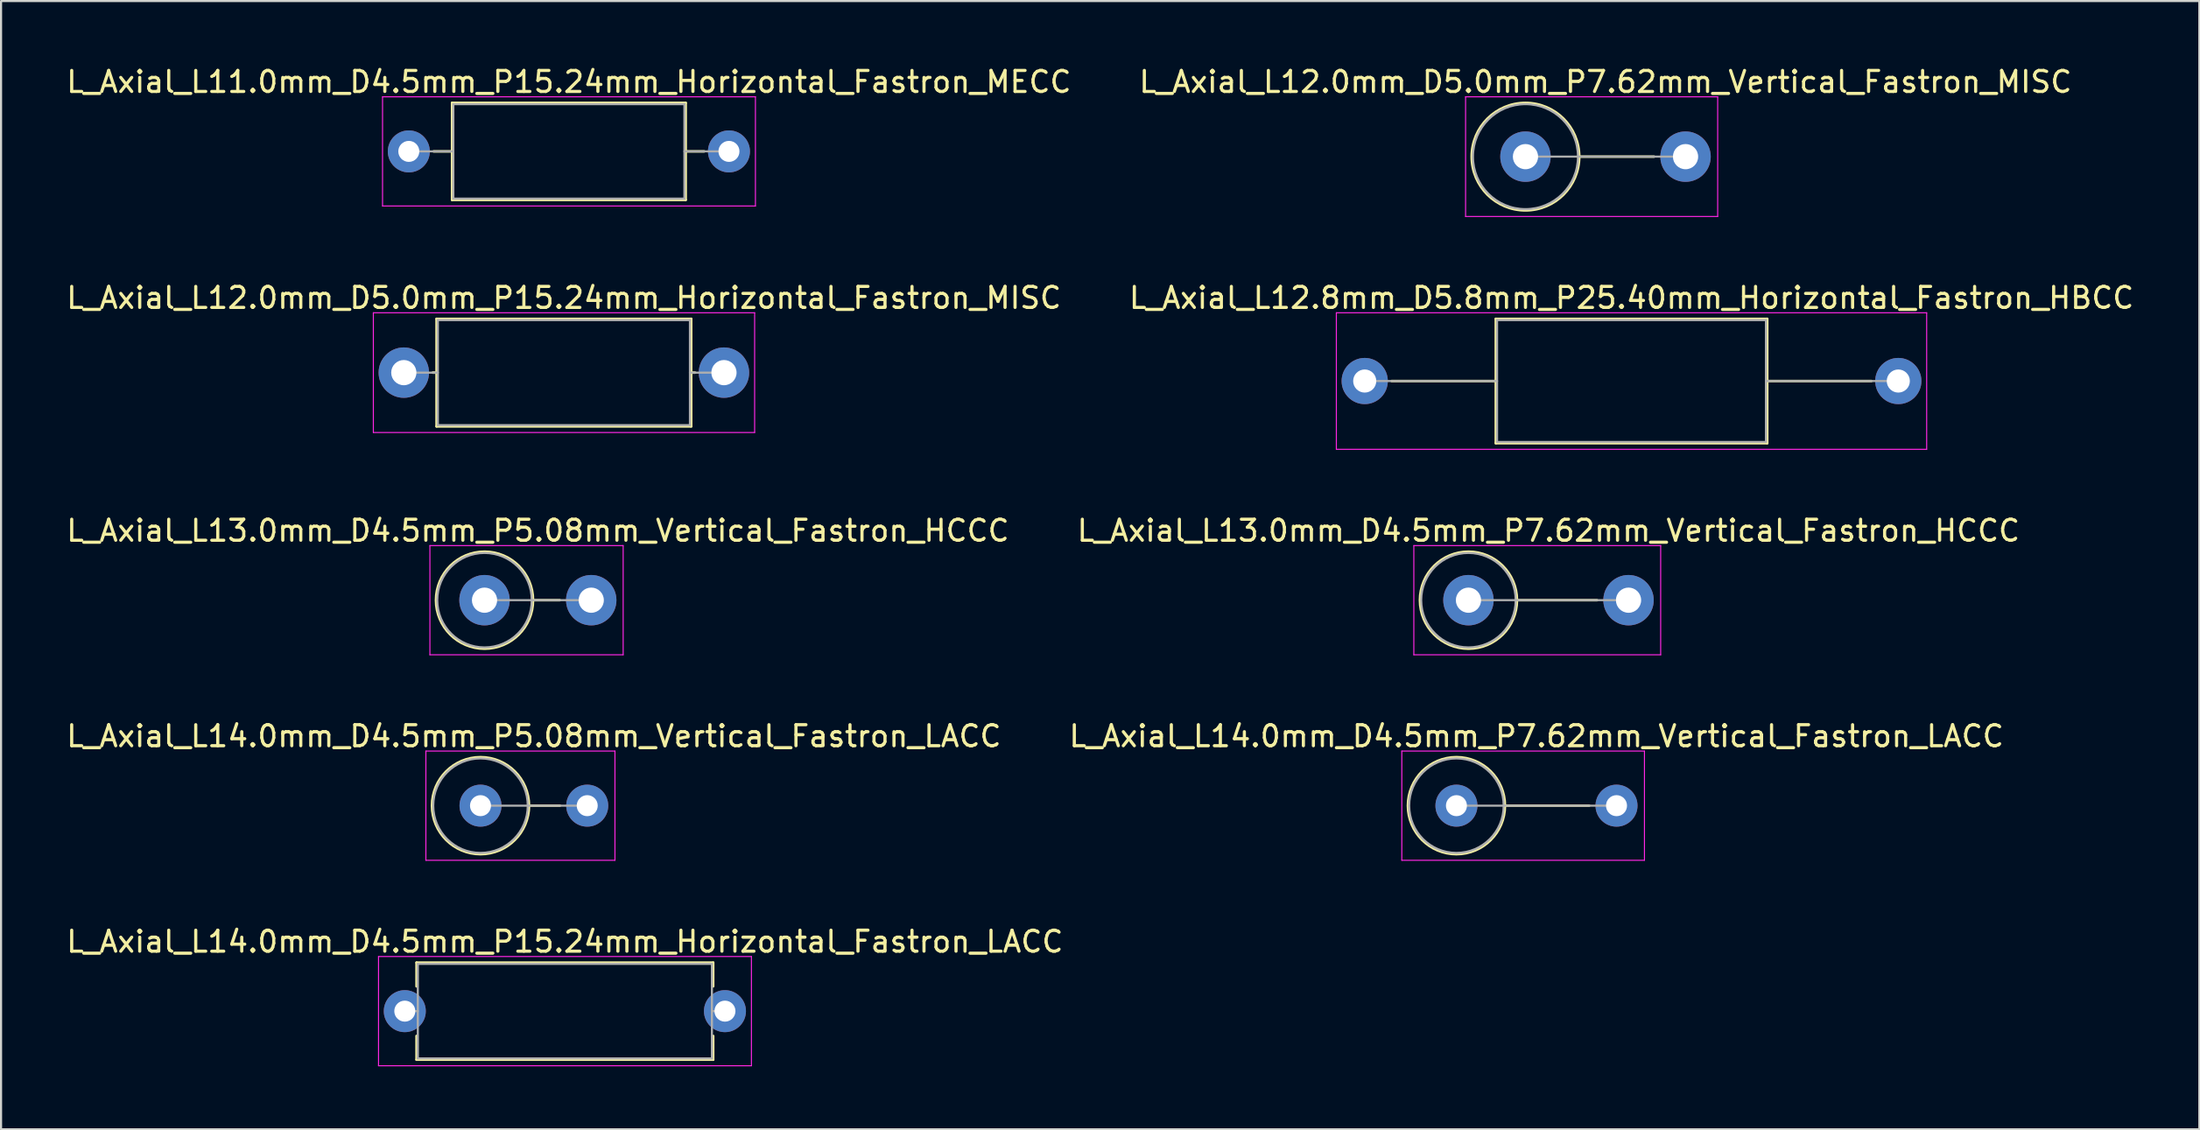
<source format=kicad_pcb>
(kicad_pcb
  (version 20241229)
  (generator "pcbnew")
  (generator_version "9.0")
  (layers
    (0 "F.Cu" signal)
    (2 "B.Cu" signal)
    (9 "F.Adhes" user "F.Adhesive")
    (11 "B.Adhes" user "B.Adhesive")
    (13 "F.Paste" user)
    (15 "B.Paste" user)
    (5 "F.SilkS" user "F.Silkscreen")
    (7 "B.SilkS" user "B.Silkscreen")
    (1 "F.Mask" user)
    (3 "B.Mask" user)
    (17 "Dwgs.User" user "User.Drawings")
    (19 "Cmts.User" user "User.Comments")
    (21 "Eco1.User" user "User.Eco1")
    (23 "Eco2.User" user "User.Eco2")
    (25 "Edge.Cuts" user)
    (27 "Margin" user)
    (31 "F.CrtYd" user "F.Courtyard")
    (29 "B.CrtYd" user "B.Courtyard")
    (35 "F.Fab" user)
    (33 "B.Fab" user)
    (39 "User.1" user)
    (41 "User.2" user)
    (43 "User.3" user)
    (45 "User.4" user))
  (footprint "L_Axial_L12.0mm_D5.0mm_P7.62mm_Vertical_Fastron_MISC"
    (layer "F.Cu")
    (at 69.565 4.408)
    (property "Reference" "L_Axial_L12.0mm_D5.0mm_P7.62mm_Vertical_Fastron_MISC" (at 3.81 -3.56 0) (layer "F.SilkS") (effects (font (size 1 1) (thickness 0.15))))
    (attr through_hole)
    (fp_line (start 2.56 0) (end 6.12 0) (stroke (width 0.12) (type solid)) (layer "F.SilkS"))
    (fp_circle (center 0 0) (end 2.56 0) (stroke (width 0.12) (type solid)) (fill no) (layer "F.SilkS"))
    (fp_line (start -2.85 -2.85) (end -2.85 2.85) (stroke (width 0.05) (type solid)) (layer "F.CrtYd"))
    (fp_line (start -2.85 2.85) (end 9.15 2.85) (stroke (width 0.05) (type solid)) (layer "F.CrtYd"))
    (fp_line (start 9.15 -2.85) (end -2.85 -2.85) (stroke (width 0.05) (type solid)) (layer "F.CrtYd"))
    (fp_line (start 9.15 2.85) (end 9.15 -2.85) (stroke (width 0.05) (type solid)) (layer "F.CrtYd"))
    (fp_line (start 0 0) (end 7.62 0) (stroke (width 0.1) (type solid)) (layer "F.Fab"))
    (fp_circle (center 0 0) (end 2.5 0) (stroke (width 0.1) (type solid)) (fill no) (layer "F.Fab"))
    (pad "1" thru_hole circle (at 0 0) (size 2.4 2.4) (drill 1.2) (layers "*.Cu" "*.Mask"))
    (pad "2" thru_hole oval (at 7.62 0) (size 2.4 2.4) (drill 1.2) (layers "*.Cu" "*.Mask")))
  (footprint "L_Axial_L11.0mm_D4.5mm_P15.24mm_Horizontal_Fastron_MECC"
    (layer "F.Cu")
    (at 16.41 4.158)
    (property "Reference" "L_Axial_L11.0mm_D4.5mm_P15.24mm_Horizontal_Fastron_MECC" (at 7.62 -3.31 0) (layer "F.SilkS") (effects (font (size 1 1) (thickness 0.15))))
    (attr through_hole)
    (fp_line (start 1.18 0) (end 2.06 0) (stroke (width 0.12) (type solid)) (layer "F.SilkS"))
    (fp_line (start 2.06 -2.31) (end 2.06 2.31) (stroke (width 0.12) (type solid)) (layer "F.SilkS"))
    (fp_line (start 2.06 2.31) (end 13.18 2.31) (stroke (width 0.12) (type solid)) (layer "F.SilkS"))
    (fp_line (start 13.18 -2.31) (end 2.06 -2.31) (stroke (width 0.12) (type solid)) (layer "F.SilkS"))
    (fp_line (start 13.18 2.31) (end 13.18 -2.31) (stroke (width 0.12) (type solid)) (layer "F.SilkS"))
    (fp_line (start 14.06 0) (end 13.18 0) (stroke (width 0.12) (type solid)) (layer "F.SilkS"))
    (fp_line (start -1.25 -2.6) (end -1.25 2.6) (stroke (width 0.05) (type solid)) (layer "F.CrtYd"))
    (fp_line (start -1.25 2.6) (end 16.5 2.6) (stroke (width 0.05) (type solid)) (layer "F.CrtYd"))
    (fp_line (start 16.5 -2.6) (end -1.25 -2.6) (stroke (width 0.05) (type solid)) (layer "F.CrtYd"))
    (fp_line (start 16.5 2.6) (end 16.5 -2.6) (stroke (width 0.05) (type solid)) (layer "F.CrtYd"))
    (fp_line (start 0 0) (end 2.12 0) (stroke (width 0.1) (type solid)) (layer "F.Fab"))
    (fp_line (start 2.12 -2.25) (end 2.12 2.25) (stroke (width 0.1) (type solid)) (layer "F.Fab"))
    (fp_line (start 2.12 2.25) (end 13.12 2.25) (stroke (width 0.1) (type solid)) (layer "F.Fab"))
    (fp_line (start 13.12 -2.25) (end 2.12 -2.25) (stroke (width 0.1) (type solid)) (layer "F.Fab"))
    (fp_line (start 13.12 2.25) (end 13.12 -2.25) (stroke (width 0.1) (type solid)) (layer "F.Fab"))
    (fp_line (start 15.24 0) (end 13.12 0) (stroke (width 0.1) (type solid)) (layer "F.Fab"))
    (pad "1" thru_hole circle (at 0 0) (size 2 2) (drill 1) (layers "*.Cu" "*.Mask"))
    (pad "2" thru_hole oval (at 15.24 0) (size 2 2) (drill 1) (layers "*.Cu" "*.Mask")))
  (footprint "L_Axial_L14.0mm_D4.5mm_P7.62mm_Vertical_Fastron_LACC"
    (layer "F.Cu")
    (at 66.279 35.308)
    (property "Reference" "L_Axial_L14.0mm_D4.5mm_P7.62mm_Vertical_Fastron_LACC" (at 3.81 -3.31 0) (layer "F.SilkS") (effects (font (size 1 1) (thickness 0.15))))
    (attr through_hole)
    (fp_line (start 2.31 0) (end 6.32 0) (stroke (width 0.12) (type solid)) (layer "F.SilkS"))
    (fp_circle (center 0 0) (end 2.31 0) (stroke (width 0.12) (type solid)) (fill no) (layer "F.SilkS"))
    (fp_line (start -2.6 -2.6) (end -2.6 2.6) (stroke (width 0.05) (type solid)) (layer "F.CrtYd"))
    (fp_line (start -2.6 2.6) (end 8.95 2.6) (stroke (width 0.05) (type solid)) (layer "F.CrtYd"))
    (fp_line (start 8.95 -2.6) (end -2.6 -2.6) (stroke (width 0.05) (type solid)) (layer "F.CrtYd"))
    (fp_line (start 8.95 2.6) (end 8.95 -2.6) (stroke (width 0.05) (type solid)) (layer "F.CrtYd"))
    (fp_line (start 0 0) (end 7.62 0) (stroke (width 0.1) (type solid)) (layer "F.Fab"))
    (fp_circle (center 0 0) (end 2.25 0) (stroke (width 0.1) (type solid)) (fill no) (layer "F.Fab"))
    (pad "1" thru_hole circle (at 0 0) (size 2 2) (drill 1) (layers "*.Cu" "*.Mask"))
    (pad "2" thru_hole oval (at 7.62 0) (size 2 2) (drill 1) (layers "*.Cu" "*.Mask")))
  (footprint "L_Axial_L12.8mm_D5.8mm_P25.40mm_Horizontal_Fastron_HBCC"
    (layer "F.Cu")
    (at 61.913 15.091)
    (property "Reference" "L_Axial_L12.8mm_D5.8mm_P25.40mm_Horizontal_Fastron_HBCC" (at 12.7 -3.96 0) (layer "F.SilkS") (effects (font (size 1 1) (thickness 0.15))))
    (attr through_hole)
    (fp_line (start 1.28 0) (end 6.24 0) (stroke (width 0.12) (type solid)) (layer "F.SilkS"))
    (fp_line (start 6.24 -2.96) (end 6.24 2.96) (stroke (width 0.12) (type solid)) (layer "F.SilkS"))
    (fp_line (start 6.24 2.96) (end 19.16 2.96) (stroke (width 0.12) (type solid)) (layer "F.SilkS"))
    (fp_line (start 19.16 -2.96) (end 6.24 -2.96) (stroke (width 0.12) (type solid)) (layer "F.SilkS"))
    (fp_line (start 19.16 2.96) (end 19.16 -2.96) (stroke (width 0.12) (type solid)) (layer "F.SilkS"))
    (fp_line (start 24.12 0) (end 19.16 0) (stroke (width 0.12) (type solid)) (layer "F.SilkS"))
    (fp_line (start -1.35 -3.25) (end -1.35 3.25) (stroke (width 0.05) (type solid)) (layer "F.CrtYd"))
    (fp_line (start -1.35 3.25) (end 26.75 3.25) (stroke (width 0.05) (type solid)) (layer "F.CrtYd"))
    (fp_line (start 26.75 -3.25) (end -1.35 -3.25) (stroke (width 0.05) (type solid)) (layer "F.CrtYd"))
    (fp_line (start 26.75 3.25) (end 26.75 -3.25) (stroke (width 0.05) (type solid)) (layer "F.CrtYd"))
    (fp_line (start 0 0) (end 6.3 0) (stroke (width 0.1) (type solid)) (layer "F.Fab"))
    (fp_line (start 6.3 -2.9) (end 6.3 2.9) (stroke (width 0.1) (type solid)) (layer "F.Fab"))
    (fp_line (start 6.3 2.9) (end 19.1 2.9) (stroke (width 0.1) (type solid)) (layer "F.Fab"))
    (fp_line (start 19.1 -2.9) (end 6.3 -2.9) (stroke (width 0.1) (type solid)) (layer "F.Fab"))
    (fp_line (start 19.1 2.9) (end 19.1 -2.9) (stroke (width 0.1) (type solid)) (layer "F.Fab"))
    (fp_line (start 25.4 0) (end 19.1 0) (stroke (width 0.1) (type solid)) (layer "F.Fab"))
    (pad "1" thru_hole circle (at 0 0) (size 2.2 2.2) (drill 1.1) (layers "*.Cu" "*.Mask"))
    (pad "2" thru_hole oval (at 25.4 0) (size 2.2 2.2) (drill 1.1) (layers "*.Cu" "*.Mask")))
  (footprint "L_Axial_L13.0mm_D4.5mm_P7.62mm_Vertical_Fastron_HCCC"
    (layer "F.Cu")
    (at 66.851 25.525)
    (property "Reference" "L_Axial_L13.0mm_D4.5mm_P7.62mm_Vertical_Fastron_HCCC" (at 3.81 -3.31 0) (layer "F.SilkS") (effects (font (size 1 1) (thickness 0.15))))
    (attr through_hole)
    (fp_line (start 2.31 0) (end 6.12 0) (stroke (width 0.12) (type solid)) (layer "F.SilkS"))
    (fp_circle (center 0 0) (end 2.31 0) (stroke (width 0.12) (type solid)) (fill no) (layer "F.SilkS"))
    (fp_line (start -2.6 -2.6) (end -2.6 2.6) (stroke (width 0.05) (type solid)) (layer "F.CrtYd"))
    (fp_line (start -2.6 2.6) (end 9.15 2.6) (stroke (width 0.05) (type solid)) (layer "F.CrtYd"))
    (fp_line (start 9.15 -2.6) (end -2.6 -2.6) (stroke (width 0.05) (type solid)) (layer "F.CrtYd"))
    (fp_line (start 9.15 2.6) (end 9.15 -2.6) (stroke (width 0.05) (type solid)) (layer "F.CrtYd"))
    (fp_line (start 0 0) (end 7.62 0) (stroke (width 0.1) (type solid)) (layer "F.Fab"))
    (fp_circle (center 0 0) (end 2.25 0) (stroke (width 0.1) (type solid)) (fill no) (layer "F.Fab"))
    (pad "1" thru_hole circle (at 0 0) (size 2.4 2.4) (drill 1.2) (layers "*.Cu" "*.Mask"))
    (pad "2" thru_hole oval (at 7.62 0) (size 2.4 2.4) (drill 1.2) (layers "*.Cu" "*.Mask")))
  (footprint "L_Axial_L12.0mm_D5.0mm_P15.24mm_Horizontal_Fastron_MISC"
    (layer "F.Cu")
    (at 16.172 14.691)
    (property "Reference" "L_Axial_L12.0mm_D5.0mm_P15.24mm_Horizontal_Fastron_MISC" (at 7.62 -3.56 0) (layer "F.SilkS") (effects (font (size 1 1) (thickness 0.15))))
    (attr through_hole)
    (fp_line (start 1.38 0) (end 1.56 0) (stroke (width 0.12) (type solid)) (layer "F.SilkS"))
    (fp_line (start 1.56 -2.56) (end 1.56 2.56) (stroke (width 0.12) (type solid)) (layer "F.SilkS"))
    (fp_line (start 1.56 2.56) (end 13.68 2.56) (stroke (width 0.12) (type solid)) (layer "F.SilkS"))
    (fp_line (start 13.68 -2.56) (end 1.56 -2.56) (stroke (width 0.12) (type solid)) (layer "F.SilkS"))
    (fp_line (start 13.68 2.56) (end 13.68 -2.56) (stroke (width 0.12) (type solid)) (layer "F.SilkS"))
    (fp_line (start 13.86 0) (end 13.68 0) (stroke (width 0.12) (type solid)) (layer "F.SilkS"))
    (fp_line (start -1.45 -2.85) (end -1.45 2.85) (stroke (width 0.05) (type solid)) (layer "F.CrtYd"))
    (fp_line (start -1.45 2.85) (end 16.7 2.85) (stroke (width 0.05) (type solid)) (layer "F.CrtYd"))
    (fp_line (start 16.7 -2.85) (end -1.45 -2.85) (stroke (width 0.05) (type solid)) (layer "F.CrtYd"))
    (fp_line (start 16.7 2.85) (end 16.7 -2.85) (stroke (width 0.05) (type solid)) (layer "F.CrtYd"))
    (fp_line (start 0 0) (end 1.62 0) (stroke (width 0.1) (type solid)) (layer "F.Fab"))
    (fp_line (start 1.62 -2.5) (end 1.62 2.5) (stroke (width 0.1) (type solid)) (layer "F.Fab"))
    (fp_line (start 1.62 2.5) (end 13.62 2.5) (stroke (width 0.1) (type solid)) (layer "F.Fab"))
    (fp_line (start 13.62 -2.5) (end 1.62 -2.5) (stroke (width 0.1) (type solid)) (layer "F.Fab"))
    (fp_line (start 13.62 2.5) (end 13.62 -2.5) (stroke (width 0.1) (type solid)) (layer "F.Fab"))
    (fp_line (start 15.24 0) (end 13.62 0) (stroke (width 0.1) (type solid)) (layer "F.Fab"))
    (pad "1" thru_hole circle (at 0 0) (size 2.4 2.4) (drill 1.2) (layers "*.Cu" "*.Mask"))
    (pad "2" thru_hole oval (at 15.24 0) (size 2.4 2.4) (drill 1.2) (layers "*.Cu" "*.Mask")))
  (footprint "L_Axial_L13.0mm_D4.5mm_P5.08mm_Vertical_Fastron_HCCC"
    (layer "F.Cu")
    (at 20.014 25.525)
    (property "Reference" "L_Axial_L13.0mm_D4.5mm_P5.08mm_Vertical_Fastron_HCCC" (at 2.54 -3.31 0) (layer "F.SilkS") (effects (font (size 1 1) (thickness 0.15))))
    (attr through_hole)
    (fp_line (start 2.31 0) (end 3.58 0) (stroke (width 0.12) (type solid)) (layer "F.SilkS"))
    (fp_circle (center 0 0) (end 2.31 0) (stroke (width 0.12) (type solid)) (fill no) (layer "F.SilkS"))
    (fp_line (start -2.6 -2.6) (end -2.6 2.6) (stroke (width 0.05) (type solid)) (layer "F.CrtYd"))
    (fp_line (start -2.6 2.6) (end 6.6 2.6) (stroke (width 0.05) (type solid)) (layer "F.CrtYd"))
    (fp_line (start 6.6 -2.6) (end -2.6 -2.6) (stroke (width 0.05) (type solid)) (layer "F.CrtYd"))
    (fp_line (start 6.6 2.6) (end 6.6 -2.6) (stroke (width 0.05) (type solid)) (layer "F.CrtYd"))
    (fp_line (start 0 0) (end 5.08 0) (stroke (width 0.1) (type solid)) (layer "F.Fab"))
    (fp_circle (center 0 0) (end 2.25 0) (stroke (width 0.1) (type solid)) (fill no) (layer "F.Fab"))
    (pad "1" thru_hole circle (at 0 0) (size 2.4 2.4) (drill 1.2) (layers "*.Cu" "*.Mask"))
    (pad "2" thru_hole oval (at 5.08 0) (size 2.4 2.4) (drill 1.2) (layers "*.Cu" "*.Mask")))
  (footprint "L_Axial_L14.0mm_D4.5mm_P15.24mm_Horizontal_Fastron_LACC"
    (layer "F.Cu")
    (at 16.219 45.091)
    (property "Reference" "L_Axial_L14.0mm_D4.5mm_P15.24mm_Horizontal_Fastron_LACC" (at 7.62 -3.31 0) (layer "F.SilkS") (effects (font (size 1 1) (thickness 0.15))))
    (attr through_hole)
    (fp_line (start 0.56 -2.31) (end 14.68 -2.31) (stroke (width 0.12) (type solid)) (layer "F.SilkS"))
    (fp_line (start 0.56 -1.18) (end 0.56 -2.31) (stroke (width 0.12) (type solid)) (layer "F.SilkS"))
    (fp_line (start 0.56 1.18) (end 0.56 2.31) (stroke (width 0.12) (type solid)) (layer "F.SilkS"))
    (fp_line (start 0.56 2.31) (end 14.68 2.31) (stroke (width 0.12) (type solid)) (layer "F.SilkS"))
    (fp_line (start 14.68 -2.31) (end 14.68 -1.18) (stroke (width 0.12) (type solid)) (layer "F.SilkS"))
    (fp_line (start 14.68 2.31) (end 14.68 1.18) (stroke (width 0.12) (type solid)) (layer "F.SilkS"))
    (fp_line (start -1.25 -2.6) (end -1.25 2.6) (stroke (width 0.05) (type solid)) (layer "F.CrtYd"))
    (fp_line (start -1.25 2.6) (end 16.5 2.6) (stroke (width 0.05) (type solid)) (layer "F.CrtYd"))
    (fp_line (start 16.5 -2.6) (end -1.25 -2.6) (stroke (width 0.05) (type solid)) (layer "F.CrtYd"))
    (fp_line (start 16.5 2.6) (end 16.5 -2.6) (stroke (width 0.05) (type solid)) (layer "F.CrtYd"))
    (fp_line (start 0 0) (end 0.62 0) (stroke (width 0.1) (type solid)) (layer "F.Fab"))
    (fp_line (start 0.62 -2.25) (end 0.62 2.25) (stroke (width 0.1) (type solid)) (layer "F.Fab"))
    (fp_line (start 0.62 2.25) (end 14.62 2.25) (stroke (width 0.1) (type solid)) (layer "F.Fab"))
    (fp_line (start 14.62 -2.25) (end 0.62 -2.25) (stroke (width 0.1) (type solid)) (layer "F.Fab"))
    (fp_line (start 14.62 2.25) (end 14.62 -2.25) (stroke (width 0.1) (type solid)) (layer "F.Fab"))
    (fp_line (start 15.24 0) (end 14.62 0) (stroke (width 0.1) (type solid)) (layer "F.Fab"))
    (pad "1" thru_hole circle (at 0 0) (size 2 2) (drill 1) (layers "*.Cu" "*.Mask"))
    (pad "2" thru_hole oval (at 15.24 0) (size 2 2) (drill 1) (layers "*.Cu" "*.Mask")))
  (footprint "L_Axial_L14.0mm_D4.5mm_P5.08mm_Vertical_Fastron_LACC"
    (layer "F.Cu")
    (at 19.823 35.308)
    (property "Reference" "L_Axial_L14.0mm_D4.5mm_P5.08mm_Vertical_Fastron_LACC" (at 2.54 -3.31 0) (layer "F.SilkS") (effects (font (size 1 1) (thickness 0.15))))
    (attr through_hole)
    (fp_line (start 2.31 0) (end 3.78 0) (stroke (width 0.12) (type solid)) (layer "F.SilkS"))
    (fp_circle (center 0 0) (end 2.31 0) (stroke (width 0.12) (type solid)) (fill no) (layer "F.SilkS"))
    (fp_line (start -2.6 -2.6) (end -2.6 2.6) (stroke (width 0.05) (type solid)) (layer "F.CrtYd"))
    (fp_line (start -2.6 2.6) (end 6.4 2.6) (stroke (width 0.05) (type solid)) (layer "F.CrtYd"))
    (fp_line (start 6.4 -2.6) (end -2.6 -2.6) (stroke (width 0.05) (type solid)) (layer "F.CrtYd"))
    (fp_line (start 6.4 2.6) (end 6.4 -2.6) (stroke (width 0.05) (type solid)) (layer "F.CrtYd"))
    (fp_line (start 0 0) (end 5.08 0) (stroke (width 0.1) (type solid)) (layer "F.Fab"))
    (fp_circle (center 0 0) (end 2.25 0) (stroke (width 0.1) (type solid)) (fill no) (layer "F.Fab"))
    (pad "1" thru_hole circle (at 0 0) (size 2 2) (drill 1) (layers "*.Cu" "*.Mask"))
    (pad "2" thru_hole oval (at 5.08 0) (size 2 2) (drill 1) (layers "*.Cu" "*.Mask")))
  (gr_rect
    (start -3 -3)
    (end 101.643 50.716)
    (stroke (width 0.1) (type default))
    (fill no)
    (layer "Edge.Cuts")))
</source>
